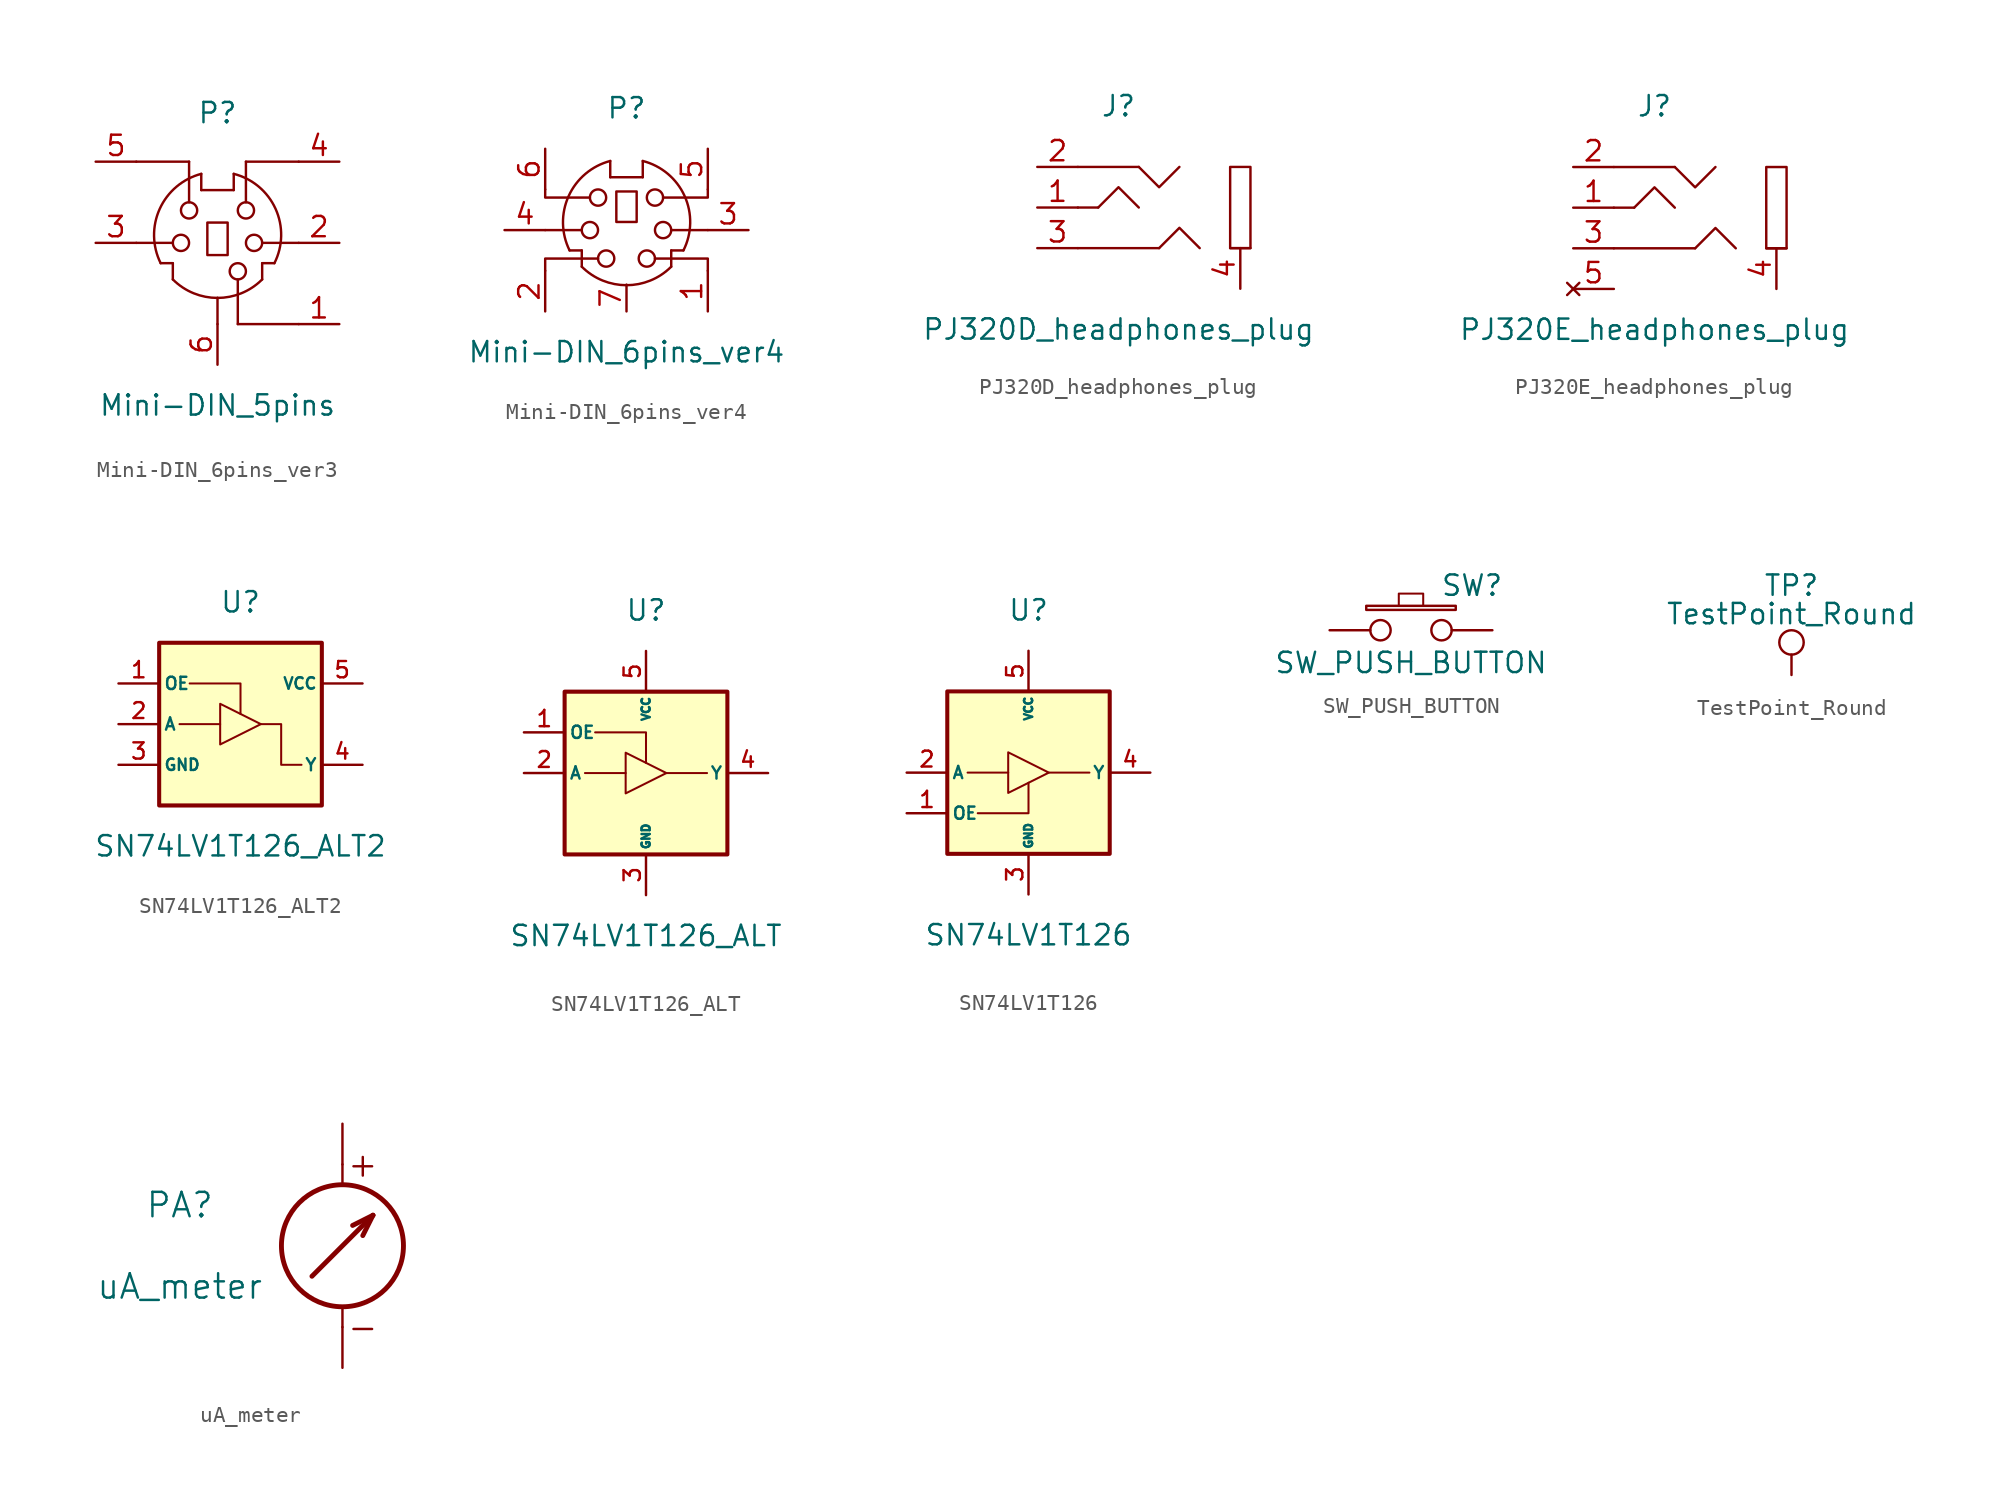
<source format=kicad_sym>
(kicad_symbol_lib
  (version 20220914)
  (generator kicad_symbol_editor)
  (symbol "Mini-DIN_6pins_ver3"
    (pin_names
      (offset 1.016) hide)
    (property "Reference" "P"
      (at 0 8.128 0)
      (effects (font (size 1.27 1.27))))
    (property "Value" "Mini-DIN_5pins"
      (at 0 -10.16 0)
      (effects (font (size 1.27 1.27))))
    (property "Footprint" ""
      (at 0 0.508 0)
      (effects (font (size 1.27 1.27))))
    (property "Datasheet" ""
      (at 0 0.508 0)
      (effects (font (size 1.27 1.27))))
    (symbol "Mini-DIN_6pins_ver3_0_1"
      (arc (start -2.794 -2.286) (mid 0 -3.4433) (end 2.794 -2.286) (stroke (width 0) (type solid)) (fill (type none)))
      (circle (center -2.286 0) (radius 0.508) (stroke (width 0) (type solid)) (fill (type none)))
      (circle (center -1.778 2.032) (radius 0.508) (stroke (width 0) (type solid)) (fill (type none)))
      (arc (start -1.016 4.318) (mid -3.6119 2.131) (end -3.556 -1.27) (stroke (width 0) (type solid)) (fill (type none)))
      (rectangle (start -0.635 1.27) (end 0.635 -0.762) (stroke (width 0) (type solid)) (fill (type none)))
      (polyline (pts (xy -2.794 -1.27) (xy -3.556 -1.27)) (stroke (width 0) (type solid)) (fill (type none)))
      (polyline (pts (xy -2.794 -1.27) (xy -2.794 -2.286)) (stroke (width 0) (type solid)) (fill (type none)))
      (polyline (pts (xy -2.794 0) (xy -5.08 0)) (stroke (width 0) (type solid)) (fill (type none)))
      (polyline (pts (xy -1.778 2.54) (xy -1.778 5.08)) (stroke (width 0) (type solid)) (fill (type none)))
      (polyline (pts (xy -1.778 5.08) (xy -5.08 5.08)) (stroke (width 0) (type solid)) (fill (type none)))
      (polyline (pts (xy -1.016 3.302) (xy -1.016 4.318)) (stroke (width 0) (type solid)) (fill (type none)))
      (polyline (pts (xy -1.016 3.302) (xy 1.016 3.302)) (stroke (width 0) (type solid)) (fill (type none)))
      (polyline (pts (xy 0 -3.429) (xy 0 -5.08)) (stroke (width 0) (type solid)) (fill (type none)))
      (polyline (pts (xy 1.016 3.302) (xy 1.016 4.318)) (stroke (width 0) (type solid)) (fill (type none)))
      (polyline (pts (xy 1.27 -5.08) (xy 5.08 -5.08)) (stroke (width 0) (type solid)) (fill (type none)))
      (polyline (pts (xy 1.27 -2.286) (xy 1.27 -5.08)) (stroke (width 0) (type solid)) (fill (type none)))
      (polyline (pts (xy 1.778 2.54) (xy 1.778 5.08)) (stroke (width 0) (type solid)) (fill (type none)))
      (polyline (pts (xy 1.778 5.08) (xy 5.08 5.08)) (stroke (width 0) (type solid)) (fill (type none)))
      (polyline (pts (xy 2.794 -1.27) (xy 2.794 -2.286)) (stroke (width 0) (type solid)) (fill (type none)))
      (polyline (pts (xy 2.794 -1.27) (xy 3.556 -1.27)) (stroke (width 0) (type solid)) (fill (type none)))
      (polyline (pts (xy 2.794 0) (xy 5.08 0)) (stroke (width 0) (type solid)) (fill (type none)))
      (circle (center 1.27 -1.778) (radius 0.508) (stroke (width 0) (type solid)) (fill (type none)))
      (circle (center 1.778 2.032) (radius 0.508) (stroke (width 0) (type solid)) (fill (type none)))
      (circle (center 2.286 0) (radius 0.508) (stroke (width 0) (type solid)) (fill (type none)))
      (arc (start 3.556 -1.27) (mid 3.6268 2.1377) (end 1.016 4.318) (stroke (width 0) (type solid)) (fill (type none))))
    (symbol "Mini-DIN_6pins_ver3_1_1"
      (pin passive line (at 7.62 -5.08 180) (length 2.54) (name "1" (effects (font (size 1.27 1.27)))) (number "1" (effects (font (size 1.27 1.27)))))
      (pin passive line (at 7.62 0 180) (length 2.54) (name "2" (effects (font (size 1.27 1.27)))) (number "2" (effects (font (size 1.27 1.27)))))
      (pin passive line (at -7.62 0 0) (length 2.54) (name "3" (effects (font (size 1.27 1.27)))) (number "3" (effects (font (size 1.27 1.27)))))
      (pin passive line (at 7.62 5.08 180) (length 2.54) (name "4" (effects (font (size 1.27 1.27)))) (number "4" (effects (font (size 1.27 1.27)))))
      (pin passive line (at -7.62 5.08 0) (length 2.54) (name "5" (effects (font (size 1.27 1.27)))) (number "5" (effects (font (size 1.27 1.27)))))
      (pin passive line (at 0 -7.62 90) (length 2.54) (name "Shell" (effects (font (size 1.27 1.27)))) (number "6" (effects (font (size 1.27 1.27)))))))
  (symbol "Mini-DIN_6pins_ver4"
    (pin_names
      (offset 1.016) hide)
    (property "Reference" "P"
      (at 0 7.62 0)
      (effects (font (size 1.27 1.27))))
    (property "Value" "Mini-DIN_6pins_ver4"
      (at 0 -7.62 0)
      (effects (font (size 1.27 1.27))))
    (property "Footprint" ""
      (at 0 0.508 0)
      (effects (font (size 1.27 1.27))))
    (property "Datasheet" ""
      (at 0 0.508 0)
      (effects (font (size 1.27 1.27))))
    (symbol "Mini-DIN_6pins_ver4_0_1"
      (arc (start -2.794 -2.286) (mid 0 -3.4433) (end 2.794 -2.286) (stroke (width 0) (type solid)) (fill (type none)))
      (circle (center -2.286 0) (radius 0.508) (stroke (width 0) (type solid)) (fill (type none)))
      (circle (center -1.778 2.032) (radius 0.508) (stroke (width 0) (type solid)) (fill (type none)))
      (circle (center -1.27 -1.778) (radius 0.508) (stroke (width 0) (type solid)) (fill (type none)))
      (arc (start -1.016 4.318) (mid -3.6119 2.131) (end -3.556 -1.27) (stroke (width 0) (type solid)) (fill (type none)))
      (rectangle (start -0.635 2.413) (end 0.635 0.508) (stroke (width 0) (type solid)) (fill (type none)))
      (polyline (pts (xy -5.08 0) (xy -2.794 0)) (stroke (width 0) (type solid)) (fill (type none)))
      (polyline (pts (xy -2.794 -1.27) (xy -3.556 -1.27)) (stroke (width 0) (type solid)) (fill (type none)))
      (polyline (pts (xy -2.794 -1.27) (xy -2.794 -2.286)) (stroke (width 0) (type solid)) (fill (type none)))
      (polyline (pts (xy -1.016 3.302) (xy -1.016 4.318)) (stroke (width 0) (type solid)) (fill (type none)))
      (polyline (pts (xy -1.016 3.302) (xy 1.016 3.302)) (stroke (width 0) (type solid)) (fill (type none)))
      (polyline (pts (xy 1.016 3.302) (xy 1.016 4.318)) (stroke (width 0) (type solid)) (fill (type none)))
      (polyline (pts (xy 2.794 -1.27) (xy 2.794 -2.286)) (stroke (width 0) (type solid)) (fill (type none)))
      (polyline (pts (xy 2.794 -1.27) (xy 3.556 -1.27)) (stroke (width 0) (type solid)) (fill (type none)))
      (polyline (pts (xy 2.794 0) (xy 5.08 0)) (stroke (width 0) (type solid)) (fill (type none)))
      (polyline (pts (xy -2.286 2.032) (xy -5.08 2.032) (xy -5.08 2.54)) (stroke (width 0) (type solid)) (fill (type none)))
      (polyline (pts (xy -1.778 -1.778) (xy -5.08 -1.778) (xy -5.08 -2.54)) (stroke (width 0) (type solid)) (fill (type none)))
      (polyline (pts (xy 1.778 -1.778) (xy 5.08 -1.778) (xy 5.08 -2.54)) (stroke (width 0) (type solid)) (fill (type none)))
      (polyline (pts (xy 2.286 2.032) (xy 5.08 2.032) (xy 5.08 2.54)) (stroke (width 0) (type solid)) (fill (type none)))
      (circle (center 1.27 -1.778) (radius 0.508) (stroke (width 0) (type solid)) (fill (type none)))
      (circle (center 1.778 2.032) (radius 0.508) (stroke (width 0) (type solid)) (fill (type none)))
      (circle (center 2.286 0) (radius 0.508) (stroke (width 0) (type solid)) (fill (type none)))
      (arc (start 3.556 -1.27) (mid 3.6268 2.1377) (end 1.016 4.318) (stroke (width 0) (type solid)) (fill (type none))))
    (symbol "Mini-DIN_6pins_ver4_1_1"
      (pin passive line (at 5.08 -5.08 90) (length 2.54) (name "1" (effects (font (size 1.27 1.27)))) (number "1" (effects (font (size 1.27 1.27)))))
      (pin passive line (at -5.08 -5.08 90) (length 2.54) (name "2" (effects (font (size 1.27 1.27)))) (number "2" (effects (font (size 1.27 1.27)))))
      (pin passive line (at 7.62 0 180) (length 2.54) (name "3" (effects (font (size 1.27 1.27)))) (number "3" (effects (font (size 1.27 1.27)))))
      (pin passive line (at -7.62 0 0) (length 2.54) (name "4" (effects (font (size 1.27 1.27)))) (number "4" (effects (font (size 1.27 1.27)))))
      (pin passive line (at 5.08 5.08 270) (length 2.54) (name "5" (effects (font (size 1.27 1.27)))) (number "5" (effects (font (size 1.27 1.27)))))
      (pin passive line (at -5.08 5.08 270) (length 2.54) (name "~" (effects (font (size 1.27 1.27)))) (number "6" (effects (font (size 1.27 1.27)))))
      (pin passive line (at 0 -5.08 90) (length 1.676) (name "Shell" (effects (font (size 1.27 1.27)))) (number "7" (effects (font (size 1.27 1.27)))))))
  (symbol "PJ320D_headphones_plug"
    (pin_names
      (offset 0.025) hide)
    (property "Reference" "J"
      (at 0 8.89 0)
      (effects (font (size 1.27 1.27))))
    (property "Value" "PJ320D_headphones_plug"
      (at 0 -5.08 0)
      (effects (font (size 1.27 1.27))))
    (property "Footprint" ""
      (at -5.08 3.81 0)
      (effects (font (size 1.27 1.27))))
    (property "Datasheet" ""
      (at -5.08 3.81 0)
      (effects (font (size 1.27 1.27))))
    (symbol "PJ320D_headphones_plug_0_1"
      (polyline (pts (xy -1.27 2.54) (xy -2.54 2.54)) (stroke (width 0) (type solid)) (fill (type none)))
      (polyline (pts (xy 1.27 5.08) (xy -2.54 5.08)) (stroke (width 0) (type solid)) (fill (type none)))
      (polyline (pts (xy 2.54 0) (xy -2.54 0)) (stroke (width 0) (type solid)) (fill (type none)))
      (polyline (pts (xy 1.27 2.54) (xy 0 3.81) (xy -1.27 2.54)) (stroke (width 0) (type solid)) (fill (type none)))
      (polyline (pts (xy 3.81 5.08) (xy 2.54 3.81) (xy 1.27 5.08)) (stroke (width 0) (type solid)) (fill (type none)))
      (polyline (pts (xy 5.08 0) (xy 3.81 1.27) (xy 2.54 0)) (stroke (width 0) (type solid)) (fill (type none)))
      (rectangle (start 6.985 5.08) (end 8.255 0) (stroke (width 0) (type solid)) (fill (type none)))
      (rectangle (start 8.255 0) (end 6.985 0) (stroke (width 0) (type solid)) (fill (type none))))
    (symbol "PJ320D_headphones_plug_1_1"
      (pin input line (at -5.08 2.54 0) (length 2.54) (name "R" (effects (font (size 1.27 1.27)))) (number "1" (effects (font (size 1.27 1.27)))))
      (pin output line (at -5.08 5.08 0) (length 2.54) (name "L" (effects (font (size 1.27 1.27)))) (number "2" (effects (font (size 1.27 1.27)))))
      (pin passive line (at -5.08 0 0) (length 2.54) (name "GND" (effects (font (size 1.27 1.27)))) (number "3" (effects (font (size 1.27 1.27)))))
      (pin input line (at 7.62 -2.54 90) (length 2.54) (name "Mic" (effects (font (size 1.27 1.27)))) (number "4" (effects (font (size 1.27 1.27)))))))
  (symbol "PJ320E_headphones_plug"
    (pin_names
      (offset 0.025) hide)
    (property "Reference" "J"
      (at 0 8.89 0)
      (effects (font (size 1.27 1.27))))
    (property "Value" "PJ320E_headphones_plug"
      (at 0 -5.08 0)
      (effects (font (size 1.27 1.27))))
    (property "Footprint" ""
      (at -5.08 3.81 0)
      (effects (font (size 1.27 1.27))))
    (property "Datasheet" ""
      (at -5.08 3.81 0)
      (effects (font (size 1.27 1.27))))
    (symbol "PJ320E_headphones_plug_0_1"
      (polyline (pts (xy -1.27 2.54) (xy -2.54 2.54)) (stroke (width 0) (type solid)) (fill (type none)))
      (polyline (pts (xy 1.27 5.08) (xy -2.54 5.08)) (stroke (width 0) (type solid)) (fill (type none)))
      (polyline (pts (xy 2.54 0) (xy -2.54 0)) (stroke (width 0) (type solid)) (fill (type none)))
      (polyline (pts (xy 1.27 2.54) (xy 0 3.81) (xy -1.27 2.54)) (stroke (width 0) (type solid)) (fill (type none)))
      (polyline (pts (xy 3.81 5.08) (xy 2.54 3.81) (xy 1.27 5.08)) (stroke (width 0) (type solid)) (fill (type none)))
      (polyline (pts (xy 5.08 0) (xy 3.81 1.27) (xy 2.54 0)) (stroke (width 0) (type solid)) (fill (type none)))
      (rectangle (start 6.985 5.08) (end 8.255 0) (stroke (width 0) (type solid)) (fill (type none)))
      (rectangle (start 8.255 0) (end 6.985 0) (stroke (width 0) (type solid)) (fill (type none))))
    (symbol "PJ320E_headphones_plug_1_1"
      (pin input line (at -5.08 2.54 0) (length 2.54) (name "R" (effects (font (size 1.27 1.27)))) (number "1" (effects (font (size 1.27 1.27)))))
      (pin output line (at -5.08 5.08 0) (length 2.54) (name "L" (effects (font (size 1.27 1.27)))) (number "2" (effects (font (size 1.27 1.27)))))
      (pin passive line (at -5.08 0 0) (length 2.54) (name "GND" (effects (font (size 1.27 1.27)))) (number "3" (effects (font (size 1.27 1.27)))))
      (pin input line (at 7.62 -2.54 90) (length 2.54) (name "Mic" (effects (font (size 1.27 1.27)))) (number "4" (effects (font (size 1.27 1.27)))))
      (pin no_connect line (at -5.08 -2.54 0) (length 2.54) (name "N.C." (effects (font (size 1.27 1.27)))) (number "5" (effects (font (size 1.27 1.27)))))))
  (symbol "SN74LV1T126_ALT2"
    (pin_names
      (offset 0.254))
    (property "Reference" "U"
      (at 0 7.62 0)
      (effects (font (size 1.27 1.27))))
    (property "Value" "SN74LV1T126_ALT2"
      (at 0 -7.62 0)
      (effects (font (size 1.27 1.27))))
    (symbol "SN74LV1T126_ALT2_0_0"
      (polyline (pts (xy 3.81 -2.54) (xy 2.54 -2.54) (xy 2.54 0) (xy 1.27 0)) (stroke (width 0.127) (type solid)) (fill (type none)))
      (pin input line (at -7.62 2.54 0) (length 2.54) (name "OE" (effects (font (size 0.762 0.762)))) (number "1" (effects (font (size 1.016 1.016)))))
      (pin power_in line (at -7.62 -2.54 0) (length 2.54) (name "GND" (effects (font (size 0.711 0.711)))) (number "3" (effects (font (size 1.016 1.016)))))
      (pin power_in line (at 7.62 2.54 180) (length 2.54) (name "VCC" (effects (font (size 0.711 0.711)))) (number "5" (effects (font (size 1.016 1.016))))))
    (symbol "SN74LV1T126_ALT2_0_1"
      (rectangle (start -5.08 5.08) (end 5.08 -5.08) (stroke (width 0.254) (type solid)) (fill (type background)))
      (polyline (pts (xy -1.27 0) (xy -3.81 0)) (stroke (width 0.127) (type solid)) (fill (type none)))
      (polyline (pts (xy 0 0.635) (xy 0 2.54) (xy -3.175 2.54)) (stroke (width 0.127) (type solid)) (fill (type none)))
      (polyline (pts (xy 1.27 0) (xy -1.27 1.27) (xy -1.27 -1.27) (xy 1.27 0)) (stroke (width 0.127) (type solid)) (fill (type none))))
    (symbol "SN74LV1T126_ALT2_1_1"
      (pin input line (at -7.62 0 0) (length 2.54) (name "A" (effects (font (size 0.762 0.762)))) (number "2" (effects (font (size 0.991 0.991)))))
      (pin output line (at 7.62 -2.54 180) (length 2.54) (name "Y" (effects (font (size 0.762 0.762)))) (number "4" (effects (font (size 0.991 0.991)))))))
  (symbol "SN74LV1T126_ALT"
    (pin_names
      (offset 0.254))
    (property "Reference" "U"
      (at 0 10.16 0)
      (effects (font (size 1.27 1.27))))
    (property "Value" "SN74LV1T126_ALT"
      (at 0 -10.16 0)
      (effects (font (size 1.27 1.27))))
    (symbol "SN74LV1T126_ALT_0_0"
      (pin input line (at -7.62 2.54 0) (length 2.54) (name "OE" (effects (font (size 0.762 0.762)))) (number "1" (effects (font (size 1.016 1.016)))))
      (pin power_in line (at 0 -7.62 90) (length 2.54) (name "GND" (effects (font (size 0.508 0.508)))) (number "3" (effects (font (size 1.016 1.016)))))
      (pin power_in line (at 0 7.62 270) (length 2.54) (name "VCC" (effects (font (size 0.508 0.508)))) (number "5" (effects (font (size 1.016 1.016))))))
    (symbol "SN74LV1T126_ALT_0_1"
      (rectangle (start -5.08 5.08) (end 5.08 -5.08) (stroke (width 0.254) (type solid)) (fill (type background)))
      (polyline (pts (xy -1.27 0) (xy -3.81 0)) (stroke (width 0.127) (type solid)) (fill (type none)))
      (polyline (pts (xy 1.27 0) (xy 3.81 0)) (stroke (width 0.127) (type solid)) (fill (type none)))
      (polyline (pts (xy 0 0.635) (xy 0 2.54) (xy -3.175 2.54)) (stroke (width 0.127) (type solid)) (fill (type none)))
      (polyline (pts (xy 1.27 0) (xy -1.27 1.27) (xy -1.27 -1.27) (xy 1.27 0)) (stroke (width 0.127) (type solid)) (fill (type none))))
    (symbol "SN74LV1T126_ALT_1_1"
      (pin input line (at -7.62 0 0) (length 2.54) (name "A" (effects (font (size 0.762 0.762)))) (number "2" (effects (font (size 0.991 0.991)))))
      (pin output line (at 7.62 0 180) (length 2.54) (name "Y" (effects (font (size 0.762 0.762)))) (number "4" (effects (font (size 0.991 0.991)))))))
  (symbol "SN74LV1T126"
    (pin_names
      (offset 0.254))
    (property "Reference" "U"
      (at 0 10.16 0)
      (effects (font (size 1.27 1.27))))
    (property "Value" "SN74LV1T126"
      (at 0 -10.16 0)
      (effects (font (size 1.27 1.27))))
    (symbol "SN74LV1T126_0_0"
      (pin input line (at -7.62 -2.54 0) (length 2.54) (name "OE" (effects (font (size 0.762 0.762)))) (number "1" (effects (font (size 1.016 1.016)))))
      (pin power_in line (at 0 -7.62 90) (length 2.54) (name "GND" (effects (font (size 0.508 0.508)))) (number "3" (effects (font (size 1.016 1.016)))))
      (pin power_in line (at 0 7.62 270) (length 2.54) (name "VCC" (effects (font (size 0.508 0.508)))) (number "5" (effects (font (size 1.016 1.016))))))
    (symbol "SN74LV1T126_0_1"
      (rectangle (start -5.08 5.08) (end 5.08 -5.08) (stroke (width 0.254) (type solid)) (fill (type background)))
      (polyline (pts (xy -1.27 0) (xy -3.81 0)) (stroke (width 0.127) (type solid)) (fill (type none)))
      (polyline (pts (xy 1.27 0) (xy 3.81 0)) (stroke (width 0.127) (type solid)) (fill (type none)))
      (polyline (pts (xy 0 -0.635) (xy 0 -2.54) (xy -3.175 -2.54)) (stroke (width 0.127) (type solid)) (fill (type none)))
      (polyline (pts (xy 1.27 0) (xy -1.27 1.27) (xy -1.27 -1.27) (xy 1.27 0)) (stroke (width 0.127) (type solid)) (fill (type none))))
    (symbol "SN74LV1T126_1_1"
      (pin input line (at -7.62 0 0) (length 2.54) (name "A" (effects (font (size 0.762 0.762)))) (number "2" (effects (font (size 0.991 0.991)))))
      (pin output line (at 7.62 0 180) (length 2.54) (name "Y" (effects (font (size 0.762 0.762)))) (number "4" (effects (font (size 0.991 0.991)))))))
  (symbol "SW_PUSH_BUTTON"
    (pin_numbers hide)
    (pin_names
      (offset 1.016) hide)
    (property "Reference" "SW"
      (at 3.81 2.794 0)
      (effects (font (size 1.27 1.27))))
    (property "Value" "SW_PUSH_BUTTON"
      (at 0 -2.032 0)
      (effects (font (size 1.27 1.27))))
    (property "Footprint" ""
      (at 0 0 0)
      (effects (font (size 1.27 1.27))))
    (property "Datasheet" ""
      (at 0 0 0)
      (effects (font (size 1.27 1.27))))
    (symbol "SW_PUSH_BUTTON_0_1"
      (rectangle (start -2.794 1.524) (end 2.794 1.27) (stroke (width 0) (type solid)) (fill (type none)))
      (polyline (pts (xy 0.762 1.524) (xy 0.762 2.286) (xy -0.762 2.286) (xy -0.762 1.524)) (stroke (width 0.127) (type solid)) (fill (type none)))
      (pin passive inverted (at -5.08 0 0) (length 3.81) (name "1" (effects (font (size 1.27 1.27)))) (number "1" (effects (font (size 1.27 1.27)))))
      (pin passive inverted (at 5.08 0 180) (length 3.81) (name "2" (effects (font (size 1.27 1.27)))) (number "2" (effects (font (size 1.27 1.27)))))))
  (symbol "TestPoint_Round"
    (pin_numbers hide)
    (pin_names
      (offset 0.762) hide)
    (property "Reference" "TP"
      (at 0 5.588 0)
      (effects (font (size 1.27 1.27))))
    (property "Value" "TestPoint_Round"
      (at 0 3.81 0)
      (effects (font (size 1.27 1.27))))
    (symbol "TestPoint_Round_0_1"
      (circle (center 0 2.032) (radius 0.762) (stroke (width 0) (type solid)) (fill (type none))))
    (symbol "TestPoint_Round_1_1"
      (pin passive line (at 0 0 90) (length 1.27) (name "1" (effects (font (size 1.27 1.27)))) (number "1" (effects (font (size 1.27 1.27)))))))
  (symbol "uA_meter"
    (pin_numbers hide)
    (pin_names
      (offset 0) hide)
    (property "Reference" "PA"
      (at -10.16 2.54 0)
      (effects (font (size 1.524 1.524))))
    (property "Value" "uA_meter"
      (at -10.16 -2.54 0)
      (effects (font (size 1.524 1.524))))
    (property "Footprint" ""
      (at 0 0 0)
      (effects (font (size 1.524 1.524))))
    (property "Datasheet" ""
      (at 0 0 0)
      (effects (font (size 1.524 1.524))))
    (symbol "uA_meter_0_0"
      (text "+" (at 1.27 5.08 0) (effects (font (size 1.524 1.524))))
      (text "-" (at 1.27 -5.08 0) (effects (font (size 1.524 1.524)))))
    (symbol "uA_meter_0_1"
      (polyline (pts (xy -1.905 -1.905) (xy 1.905 1.905)) (stroke (width 0.305) (type solid)) (fill (type none)))
      (polyline (pts (xy 0 -5.08) (xy 0 -3.81)) (stroke (width 0) (type solid)) (fill (type none)))
      (polyline (pts (xy 0 5.08) (xy 0 3.81)) (stroke (width 0) (type solid)) (fill (type none)))
      (polyline (pts (xy 1.905 1.905) (xy 0.635 1.27)) (stroke (width 0.305) (type solid)) (fill (type none)))
      (polyline (pts (xy 1.905 1.905) (xy 1.27 0.635)) (stroke (width 0.305) (type solid)) (fill (type none)))
      (circle (center 0 0) (radius 3.81) (stroke (width 0.305) (type solid)) (fill (type none))))
    (symbol "uA_meter_1_1"
      (pin passive line (at 0 7.62 270) (length 2.54) (name "+" (effects (font (size 1.27 1.27)))) (number "1" (effects (font (size 1.27 1.27)))))
      (pin passive line (at 0 -7.62 90) (length 2.54) (name "-" (effects (font (size 1.27 1.27)))) (number "2" (effects (font (size 1.27 1.27))))))))
</source>
